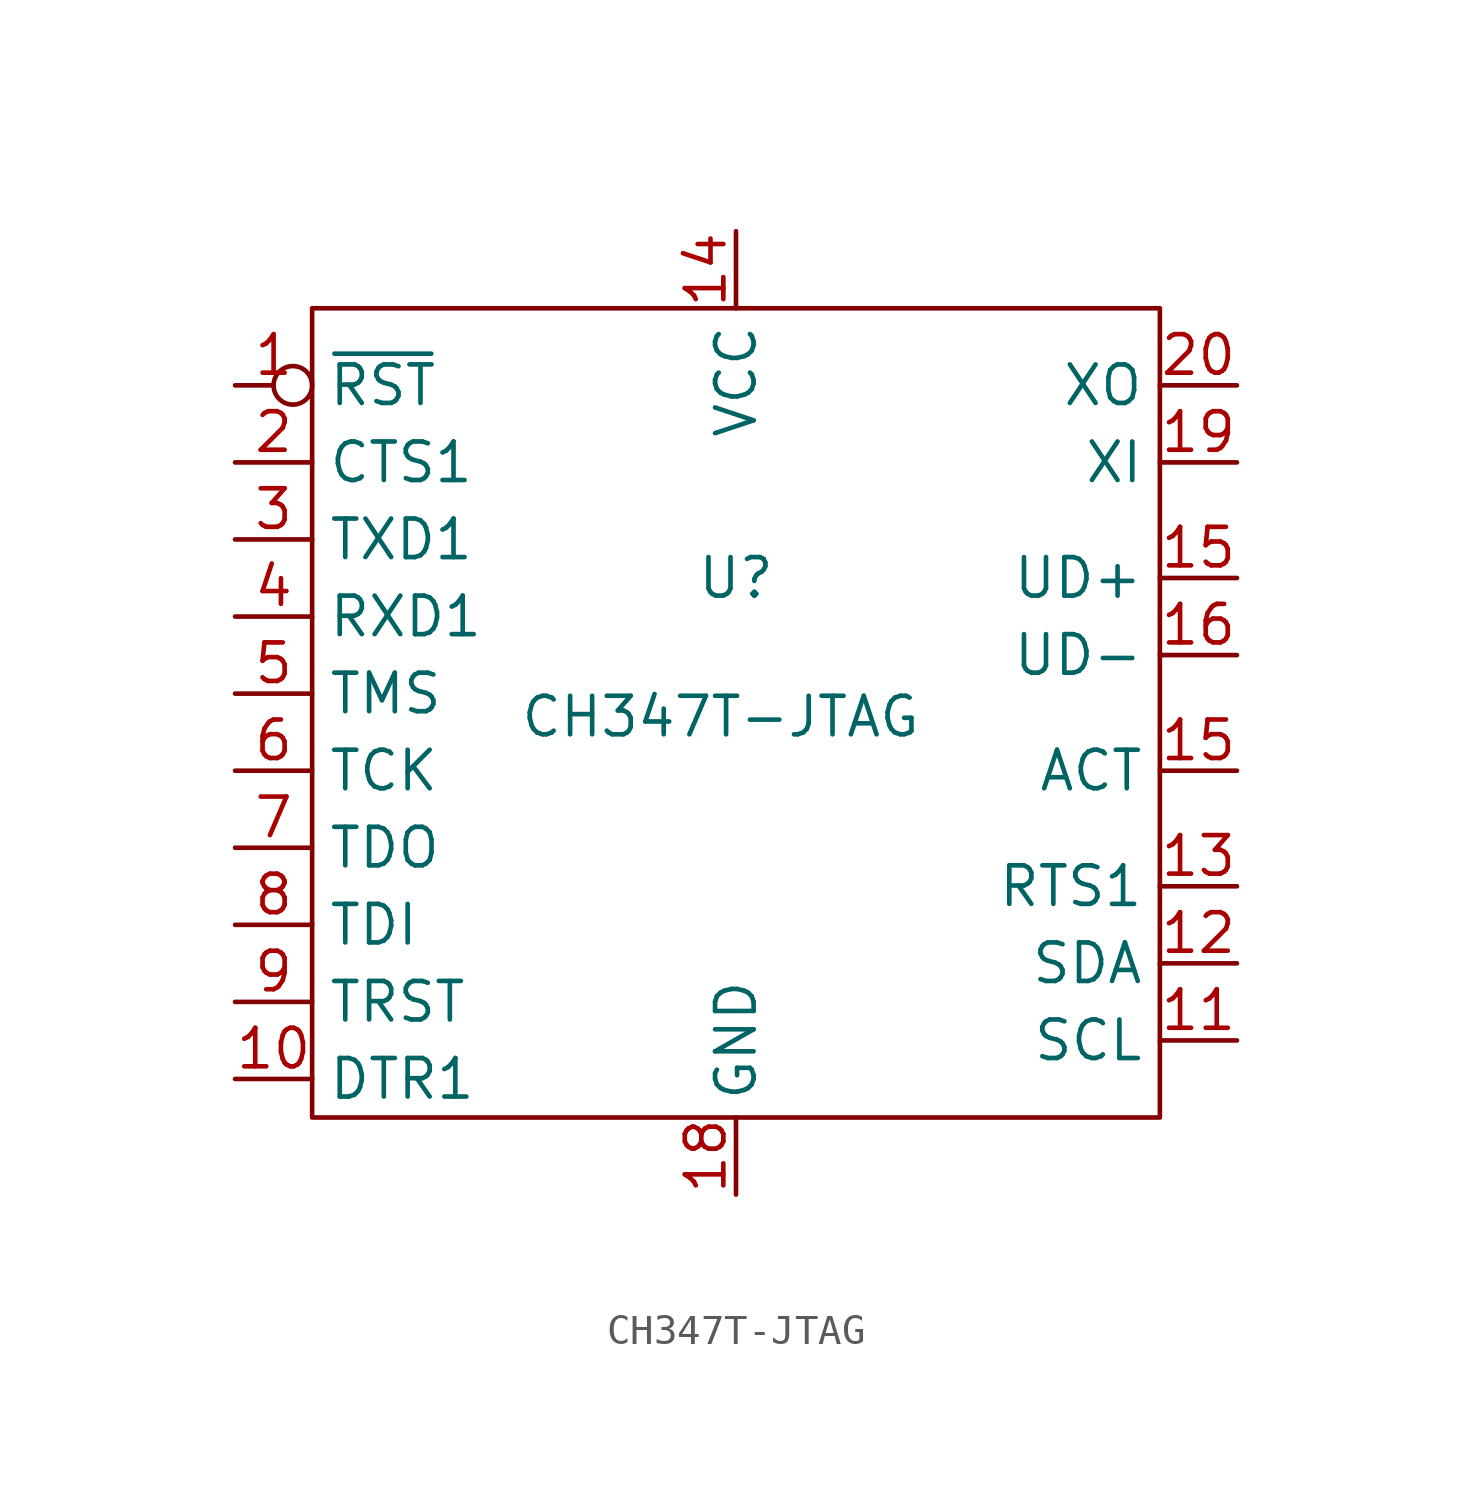
<source format=kicad_sym>
(kicad_symbol_lib
  (version 20241209)
  (generator "kicad_symbol_editor")
  (generator_version "9.0")
  (symbol "CH347T-JTAG"
    (property "Reference" "U"
      (at 0 0 0)
      (effects (font (size 1.27 1.27))))
    (property "Value" "CH347T-JTAG"
      (at -0.508 -4.572 0)
      (effects (font (size 1.27 1.27))))
    (symbol "CH347T-JTAG_0_1"
      (polyline (pts (xy -13.97 8.89) (xy 13.97 8.89) (xy 13.97 -17.78) (xy -13.97 -17.78) (xy -13.97 8.89)) (stroke (width 0) (type default)) (fill (type none))))
    (symbol "CH347T-JTAG_1_1"
      (pin input inverted (at -16.51 6.35 0) (length 2.54) (name "~{RST}" (effects (font (size 1.27 1.27)))) (number "1" (effects (font (size 1.27 1.27)))))
      (pin input line (at -16.51 3.81 0) (length 2.54) (name "CTS1" (effects (font (size 1.27 1.27)))) (number "2" (effects (font (size 1.27 1.27)))) (alternate "GPIO6" tri_state line))
      (pin input line (at -16.51 1.27 0) (length 2.54) (name "TXD1" (effects (font (size 1.27 1.27)))) (number "3" (effects (font (size 1.27 1.27)))))
      (pin output line (at -16.51 -1.27 0) (length 2.54) (name "RXD1" (effects (font (size 1.27 1.27)))) (number "4" (effects (font (size 1.27 1.27)))))
      (pin output line (at -16.51 -3.81 0) (length 2.54) (name "TMS" (effects (font (size 1.27 1.27)))) (number "5" (effects (font (size 1.27 1.27)))))
      (pin output line (at -16.51 -6.35 0) (length 2.54) (name "TCK" (effects (font (size 1.27 1.27)))) (number "6" (effects (font (size 1.27 1.27)))))
      (pin output line (at -16.51 -8.89 0) (length 2.54) (name "TDO" (effects (font (size 1.27 1.27)))) (number "7" (effects (font (size 1.27 1.27)))))
      (pin input line (at -16.51 -11.43 0) (length 2.54) (name "TDI" (effects (font (size 1.27 1.27)))) (number "8" (effects (font (size 1.27 1.27)))))
      (pin output line (at -16.51 -13.97 0) (length 2.54) (name "TRST" (effects (font (size 1.27 1.27)))) (number "9" (effects (font (size 1.27 1.27)))) (alternate "DTR0" output line) (alternate "GPIO5" tri_state line) (alternate "SCS1" output line) (alternate "TNOW0" unspecified line))
      (pin input line (at -16.51 -16.51 0) (length 2.54) (name "DTR1" (effects (font (size 1.27 1.27)))) (number "10" (effects (font (size 1.27 1.27)))) (alternate "TNOW1" unspecified line))
      (pin power_in line (at 0 11.43 270) (length 2.54) (name "VCC" (effects (font (size 1.27 1.27)))) (number "14" (effects (font (size 1.27 1.27)))))
      (pin power_in line (at 0 -20.32 90) (length 2.54) (name "GND" (effects (font (size 1.27 1.27)))) (number "18" (effects (font (size 1.27 1.27)))))
      (pin passive line (at 16.51 6.35 180) (length 2.54) (name "XO" (effects (font (size 1.27 1.27)))) (number "20" (effects (font (size 1.27 1.27)))))
      (pin passive line (at 16.51 3.81 180) (length 2.54) (name "XI" (effects (font (size 1.27 1.27)))) (number "19" (effects (font (size 1.27 1.27)))))
      (pin passive line (at 16.51 0 180) (length 2.54) (name "UD+" (effects (font (size 1.27 1.27)))) (number "15" (effects (font (size 1.27 1.27)))))
      (pin passive line (at 16.51 -2.54 180) (length 2.54) (name "UD-" (effects (font (size 1.27 1.27)))) (number "16" (effects (font (size 1.27 1.27)))))
      (pin output line (at 16.51 -6.35 180) (length 2.54) (name "ACT" (effects (font (size 1.27 1.27)))) (number "15" (effects (font (size 1.27 1.27)))) (alternate "DCD0" output line) (alternate "GPIO4" tri_state line))
      (pin output line (at 16.51 -10.16 180) (length 2.54) (name "RTS1" (effects (font (size 1.27 1.27)))) (number "13" (effects (font (size 1.27 1.27)))) (alternate "GPIO7" bidirectional line))
      (pin bidirectional line (at 16.51 -12.7 180) (length 2.54) (name "SDA" (effects (font (size 1.27 1.27)))) (number "12" (effects (font (size 1.27 1.27)))) (alternate "RXD0" output line))
      (pin bidirectional line (at 16.51 -15.24 180) (length 2.54) (name "SCL" (effects (font (size 1.27 1.27)))) (number "11" (effects (font (size 1.27 1.27)))) (alternate "GPIO3" tri_state line) (alternate "RI0" output line)))))
</source>
